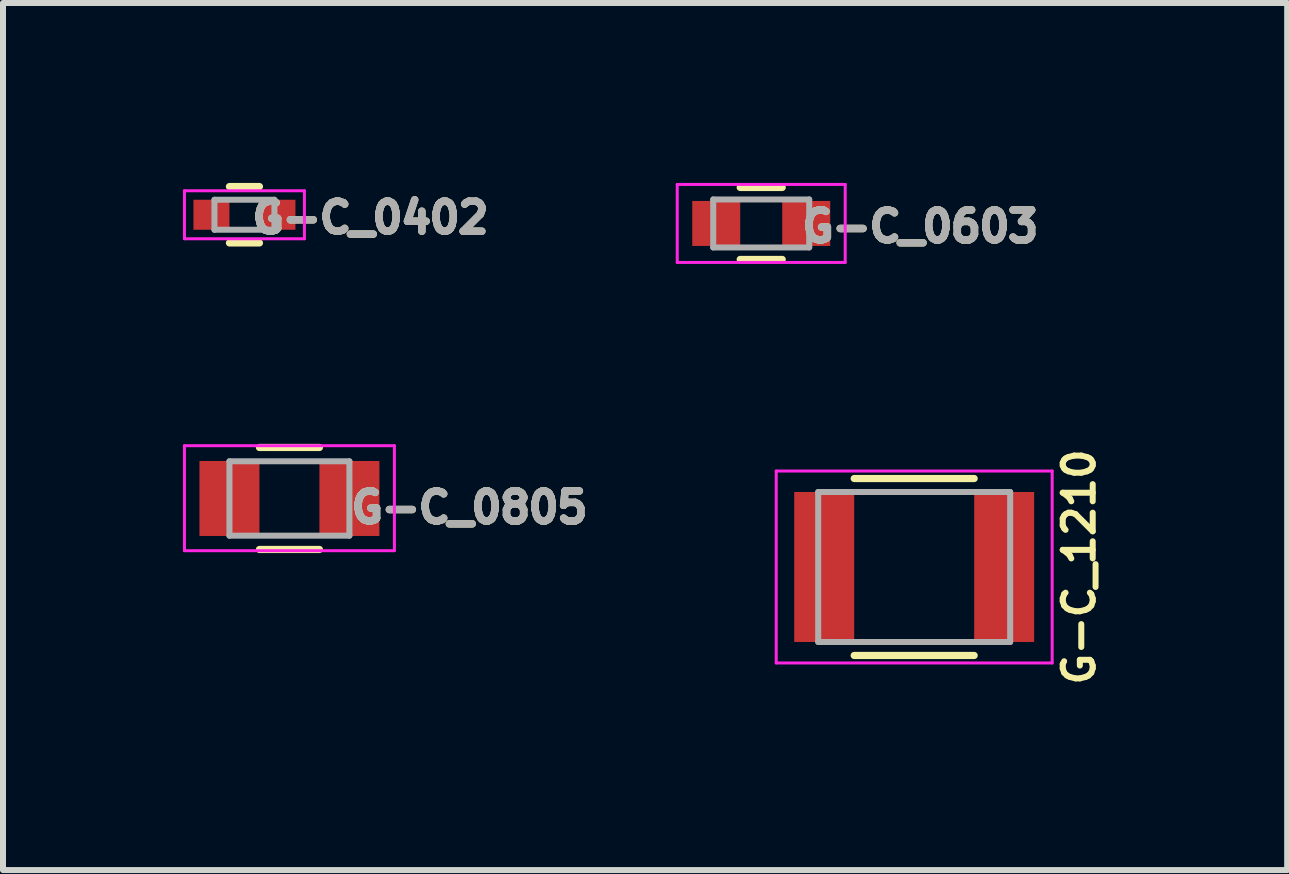
<source format=kicad_pcb>
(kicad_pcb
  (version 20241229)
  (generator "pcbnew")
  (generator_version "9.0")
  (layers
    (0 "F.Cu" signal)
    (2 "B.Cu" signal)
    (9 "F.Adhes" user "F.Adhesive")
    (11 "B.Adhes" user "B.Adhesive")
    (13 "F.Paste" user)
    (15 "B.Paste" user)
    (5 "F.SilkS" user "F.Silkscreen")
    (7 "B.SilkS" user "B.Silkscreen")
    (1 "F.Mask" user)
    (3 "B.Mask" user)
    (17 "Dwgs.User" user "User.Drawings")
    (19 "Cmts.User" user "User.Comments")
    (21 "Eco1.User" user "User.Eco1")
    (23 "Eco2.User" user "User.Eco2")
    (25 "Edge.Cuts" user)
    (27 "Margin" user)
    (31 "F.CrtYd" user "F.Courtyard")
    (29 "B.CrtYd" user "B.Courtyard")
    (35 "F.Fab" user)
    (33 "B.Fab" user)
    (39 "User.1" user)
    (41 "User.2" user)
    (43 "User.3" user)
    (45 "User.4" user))
  (footprint "G-C_0402"
    (layer "F.Cu")
    (at 1.025 0.53)
    (property "Reference" "G-C_0402" (at 2.1 0.05 0) (layer "F.SilkS") (effects (font (size 0.5 0.5) (thickness 0.125))))
    (attr smd)
    (fp_line (start -0.25 0.47) (end 0.25 0.47) (stroke (width 0.12) (type solid)) (layer "F.SilkS"))
    (fp_line (start 0.25 -0.47) (end -0.25 -0.47) (stroke (width 0.12) (type solid)) (layer "F.SilkS"))
    (fp_line (start -1 -0.4) (end -1 0.4) (stroke (width 0.05) (type solid)) (layer "F.CrtYd"))
    (fp_line (start -1 -0.4) (end 1 -0.4) (stroke (width 0.05) (type solid)) (layer "F.CrtYd"))
    (fp_line (start 1 0.4) (end -1 0.4) (stroke (width 0.05) (type solid)) (layer "F.CrtYd"))
    (fp_line (start 1 0.4) (end 1 -0.4) (stroke (width 0.05) (type solid)) (layer "F.CrtYd"))
    (fp_line (start -0.5 -0.25) (end 0.5 -0.25) (stroke (width 0.1) (type solid)) (layer "F.Fab"))
    (fp_line (start -0.5 0.25) (end -0.5 -0.25) (stroke (width 0.1) (type solid)) (layer "F.Fab"))
    (fp_line (start 0.5 -0.25) (end 0.5 0.25) (stroke (width 0.1) (type solid)) (layer "F.Fab"))
    (fp_line (start 0.5 0.25) (end -0.5 0.25) (stroke (width 0.1) (type solid)) (layer "F.Fab"))
    (fp_text user "${REFERENCE}" (at 2.1 0.05 0) (layer "F.Fab") (effects (font (size 0.5 0.5) (thickness 0.125))))
    (pad "1" smd rect (at -0.55 0) (size 0.6 0.5) (layers "F.Cu" "F.Mask" "F.Paste"))
    (pad "2" smd rect (at 0.55 0) (size 0.6 0.5) (layers "F.Cu" "F.Mask" "F.Paste")))
  (footprint "G-C_0603"
    (layer "F.Cu")
    (at 9.64 0.675)
    (property "Reference" "G-C_0603" (at 2.65 0.05 0) (layer "F.SilkS") (effects (font (size 0.5 0.5) (thickness 0.125))))
    (attr smd)
    (fp_line (start -0.35 -0.6) (end 0.35 -0.6) (stroke (width 0.12) (type solid)) (layer "F.SilkS"))
    (fp_line (start 0.35 0.6) (end -0.35 0.6) (stroke (width 0.12) (type solid)) (layer "F.SilkS"))
    (fp_line (start -1.4 -0.65) (end -1.4 0.65) (stroke (width 0.05) (type solid)) (layer "F.CrtYd"))
    (fp_line (start -1.4 -0.65) (end 1.4 -0.65) (stroke (width 0.05) (type solid)) (layer "F.CrtYd"))
    (fp_line (start 1.4 0.65) (end -1.4 0.65) (stroke (width 0.05) (type solid)) (layer "F.CrtYd"))
    (fp_line (start 1.4 0.65) (end 1.4 -0.65) (stroke (width 0.05) (type solid)) (layer "F.CrtYd"))
    (fp_line (start -0.8 -0.4) (end 0.8 -0.4) (stroke (width 0.1) (type solid)) (layer "F.Fab"))
    (fp_line (start -0.8 0.4) (end -0.8 -0.4) (stroke (width 0.1) (type solid)) (layer "F.Fab"))
    (fp_line (start 0.8 -0.4) (end 0.8 0.4) (stroke (width 0.1) (type solid)) (layer "F.Fab"))
    (fp_line (start 0.8 0.4) (end -0.8 0.4) (stroke (width 0.1) (type solid)) (layer "F.Fab"))
    (fp_text user "${REFERENCE}" (at 2.65 0.05 0) (layer "F.Fab") (effects (font (size 0.5 0.5) (thickness 0.125))))
    (pad "1" smd rect (at -0.75 0) (size 0.8 0.75) (layers "F.Cu" "F.Mask" "F.Paste"))
    (pad "2" smd rect (at 0.75 0) (size 0.8 0.75) (layers "F.Cu" "F.Mask" "F.Paste")))
  (footprint "G-C_1210"
    (layer "F.Cu")
    (at 12.19 6.402)
    (property "Reference" "G-C_1210" (at 2.75 0 90) (layer "F.SilkS") (effects (font (size 0.5 0.5) (thickness 0.1))))
    (attr smd)
    (fp_line (start -1 1.475) (end 1 1.475) (stroke (width 0.12) (type solid)) (layer "F.SilkS"))
    (fp_line (start 1 -1.475) (end -1 -1.475) (stroke (width 0.12) (type solid)) (layer "F.SilkS"))
    (fp_line (start -2.3 -1.6) (end -2.3 1.6) (stroke (width 0.05) (type solid)) (layer "F.CrtYd"))
    (fp_line (start -2.3 -1.6) (end 2.3 -1.6) (stroke (width 0.05) (type solid)) (layer "F.CrtYd"))
    (fp_line (start -2.3 1.6) (end 2.3 1.6) (stroke (width 0.05) (type solid)) (layer "F.CrtYd"))
    (fp_line (start 2.3 -1.6) (end 2.3 1.6) (stroke (width 0.05) (type solid)) (layer "F.CrtYd"))
    (fp_line (start -1.6 -1.25) (end 1.6 -1.25) (stroke (width 0.1) (type solid)) (layer "F.Fab"))
    (fp_line (start -1.6 1.25) (end -1.6 -1.25) (stroke (width 0.1) (type solid)) (layer "F.Fab"))
    (fp_line (start 1.6 -1.25) (end 1.6 1.25) (stroke (width 0.1) (type solid)) (layer "F.Fab"))
    (fp_line (start 1.6 1.25) (end -1.6 1.25) (stroke (width 0.1) (type solid)) (layer "F.Fab"))
    (pad "1" smd rect (at -1.5 0) (size 1 2.5) (layers "F.Cu" "F.Mask" "F.Paste"))
    (pad "2" smd rect (at 1.5 0) (size 1 2.5) (layers "F.Cu" "F.Mask" "F.Paste")))
  (footprint "G-C_0805"
    (layer "F.Cu")
    (at 1.775 5.26)
    (property "Reference" "G-C_0805" (at 3 0.15 0) (layer "F.SilkS") (effects (font (size 0.5 0.5) (thickness 0.125))))
    (attr smd)
    (fp_line (start -0.5 0.85) (end 0.5 0.85) (stroke (width 0.12) (type solid)) (layer "F.SilkS"))
    (fp_line (start 0.5 -0.85) (end -0.5 -0.85) (stroke (width 0.12) (type solid)) (layer "F.SilkS"))
    (fp_line (start -1.75 -0.88) (end -1.75 0.87) (stroke (width 0.05) (type solid)) (layer "F.CrtYd"))
    (fp_line (start -1.75 -0.88) (end 1.75 -0.88) (stroke (width 0.05) (type solid)) (layer "F.CrtYd"))
    (fp_line (start 1.75 0.87) (end -1.75 0.87) (stroke (width 0.05) (type solid)) (layer "F.CrtYd"))
    (fp_line (start 1.75 0.87) (end 1.75 -0.88) (stroke (width 0.05) (type solid)) (layer "F.CrtYd"))
    (fp_line (start -1 -0.62) (end 1 -0.62) (stroke (width 0.1) (type solid)) (layer "F.Fab"))
    (fp_line (start -1 0.62) (end -1 -0.62) (stroke (width 0.1) (type solid)) (layer "F.Fab"))
    (fp_line (start 1 -0.62) (end 1 0.62) (stroke (width 0.1) (type solid)) (layer "F.Fab"))
    (fp_line (start 1 0.62) (end -1 0.62) (stroke (width 0.1) (type solid)) (layer "F.Fab"))
    (fp_text user "${REFERENCE}" (at 3 0.15 180) (layer "F.Fab") (effects (font (size 0.5 0.5) (thickness 0.125))))
    (pad "1" smd rect (at -1 0) (size 1 1.25) (layers "F.Cu" "F.Mask" "F.Paste"))
    (pad "2" smd rect (at 1 0) (size 1 1.25) (layers "F.Cu" "F.Mask" "F.Paste")))
  (gr_rect
    (start -3 -3)
    (end 18.408 11.455)
    (stroke (width 0.1) (type default))
    (fill no)
    (layer "Edge.Cuts")))
</source>
